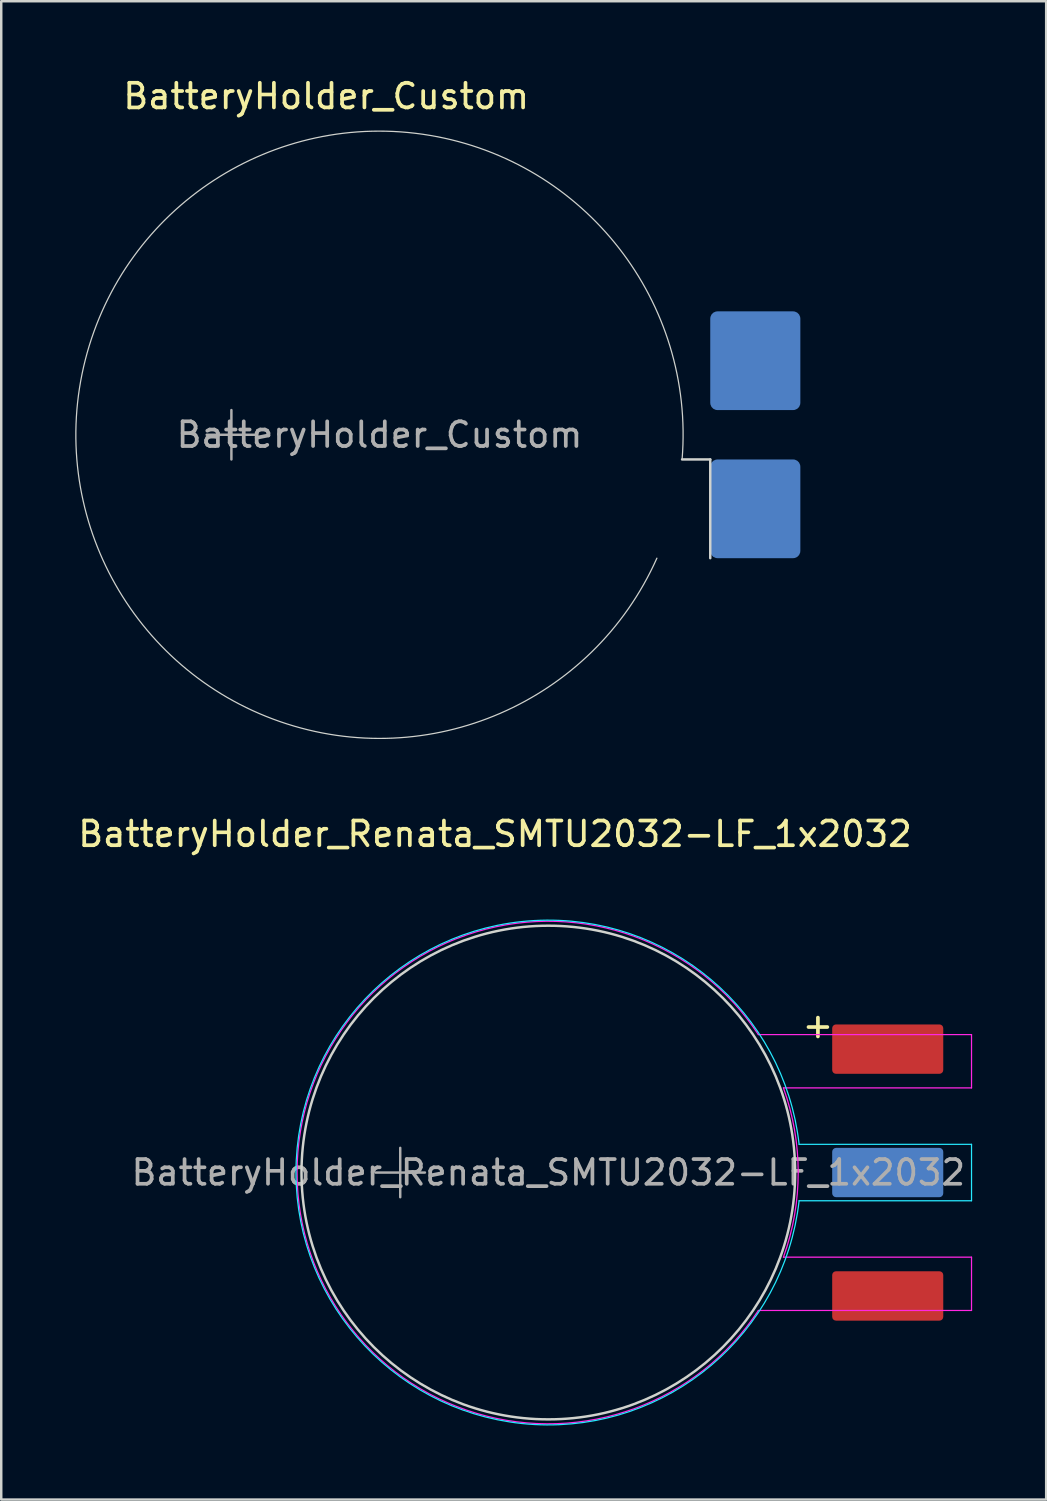
<source format=kicad_pcb>
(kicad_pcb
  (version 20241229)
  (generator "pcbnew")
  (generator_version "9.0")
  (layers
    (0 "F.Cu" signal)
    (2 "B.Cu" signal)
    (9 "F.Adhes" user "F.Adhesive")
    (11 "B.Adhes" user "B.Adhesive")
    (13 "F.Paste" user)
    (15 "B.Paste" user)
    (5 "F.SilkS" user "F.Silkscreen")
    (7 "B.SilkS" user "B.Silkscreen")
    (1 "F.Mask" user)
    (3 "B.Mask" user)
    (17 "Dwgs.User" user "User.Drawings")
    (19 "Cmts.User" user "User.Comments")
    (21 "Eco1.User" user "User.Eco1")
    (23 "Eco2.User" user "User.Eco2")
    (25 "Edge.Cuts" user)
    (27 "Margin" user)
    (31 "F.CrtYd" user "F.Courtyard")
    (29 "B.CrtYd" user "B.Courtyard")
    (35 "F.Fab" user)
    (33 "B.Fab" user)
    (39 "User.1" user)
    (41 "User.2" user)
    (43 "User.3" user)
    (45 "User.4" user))
  (footprint "BatteryHolder_Renata_SMTU2032-LF_1x2032"
    (layer "F.Cu")
    (at 19.165 44.454)
    (property "Reference" "BatteryHolder_Renata_SMTU2032-LF_1x2032" (at -2.159 -13.716 0) (layer "F.SilkS") (effects (font (size 1 1) (thickness 0.15))))
    (attr smd)
    (fp_circle (center 0 0) (end 10 0) (stroke (width 0.1) (type solid)) (fill no) (layer "Edge.Cuts"))
    (fp_line (start 10.16 -1.143) (end 17.145 -1.143) (stroke (width 0.05) (type default)) (layer "B.CrtYd"))
    (fp_line (start 17.145 -1.143) (end 17.145 1.143) (stroke (width 0.05) (type default)) (layer "B.CrtYd"))
    (fp_line (start 17.145 1.143) (end 10.16 1.143) (stroke (width 0.05) (type default)) (layer "B.CrtYd"))
    (fp_arc (start 10.159999 1.143) (mid -10.224091 0) (end 10.159999 -1.143) (stroke (width 0.05) (type default)) (layer "B.CrtYd"))
    (fp_line (start 8.509 -5.588) (end 17.145 -5.588) (stroke (width 0.05) (type solid)) (layer "F.CrtYd"))
    (fp_line (start 8.509 5.588) (end 17.145 5.588) (stroke (width 0.05) (type solid)) (layer "F.CrtYd"))
    (fp_line (start 9.525 -3.429) (end 17.145 -3.429) (stroke (width 0.05) (type default)) (layer "F.CrtYd"))
    (fp_line (start 9.525 3.429) (end 17.145 3.429) (stroke (width 0.05) (type default)) (layer "F.CrtYd"))
    (fp_line (start 17.145 -5.588) (end 17.145 -3.429) (stroke (width 0.05) (type solid)) (layer "F.CrtYd"))
    (fp_line (start 17.145 3.429) (end 17.145 5.588) (stroke (width 0.05) (type solid)) (layer "F.CrtYd"))
    (fp_arc (start 8.509 5.588) (mid -10.179824 0) (end 8.509 -5.588) (stroke (width 0.05) (type default)) (layer "F.CrtYd"))
    (fp_arc (start 9.524999 -3.429) (mid 10.123421 0) (end 9.524999 3.429) (stroke (width 0.05) (type default)) (layer "F.CrtYd"))
    (fp_line (start -7 0) (end -5 0) (stroke (width 0.1) (type solid)) (layer "F.Fab"))
    (fp_line (start -6 -1) (end -6 1) (stroke (width 0.1) (type solid)) (layer "F.Fab"))
    (fp_text user "+" (at 10.922 -5.969 0) (layer "F.SilkS") (effects (font (size 1 1) (thickness 0.15))))
    (fp_text user "${REFERENCE}" (at 0 0 0) (layer "F.Fab") (effects (font (size 1 1) (thickness 0.15))))
    (pad "1" smd roundrect (at 13.75 -5) (size 4.5 2) (layers "F.Cu" "F.Mask" "F.Paste") (roundrect_rratio 0.077))
    (pad "1" smd roundrect (at 13.75 5) (size 4.5 2) (layers "F.Cu" "F.Mask" "F.Paste") (roundrect_rratio 0.077))
    (pad "2" smd roundrect (at 13.75 0) (size 4.5 2) (layers "B.Cu" "B.Mask" "B.Paste") (roundrect_rratio 0.08)))
  (footprint "BatteryHolder_Custom"
    (layer "F.Cu")
    (at 12.325 14.564)
    (property "Reference" "BatteryHolder_Custom" (at -2.159 -13.716 0) (layer "F.SilkS") (effects (font (size 1 1) (thickness 0.15))))
    (attr smd)
    (fp_line (start 12.259 1) (end 13.4 1) (stroke (width 0.1) (type default)) (layer "Edge.Cuts"))
    (fp_line (start 13.4 1) (end 13.4 5) (stroke (width 0.1) (type default)) (layer "Edge.Cuts"))
    (fp_line (start 13.4 5) (end 11.238 5) (stroke (width 0.001) (type default)) (layer "Edge.Cuts"))
    (fp_arc (start 11.237901 5) (mid -11.917617 -3.043159) (end 12.259299 1) (stroke (width 0.05) (type default)) (layer "Edge.Cuts"))
    (fp_line (start -7 0) (end -5 0) (stroke (width 0.1) (type solid)) (layer "F.Fab"))
    (fp_line (start -6 -1) (end -6 1) (stroke (width 0.1) (type solid)) (layer "F.Fab"))
    (fp_text user "${REFERENCE}" (at 0 0 0) (layer "F.Fab") (effects (font (size 1 1) (thickness 0.15))))
    (pad "1" smd roundrect (at 15.225 -3 90) (size 4 3.65) (layers "B.Cu" "B.Mask" "B.Paste") (roundrect_rratio 0.08))
    (pad "2" smd roundrect (at 15.225 3 90) (size 4 3.65) (layers "B.Cu" "B.Mask" "B.Paste") (roundrect_rratio 0.08)))
  (gr_rect
    (start -3 -3)
    (end 39.335 57.703)
    (stroke (width 0.1) (type default))
    (fill no)
    (layer "Edge.Cuts")))
</source>
